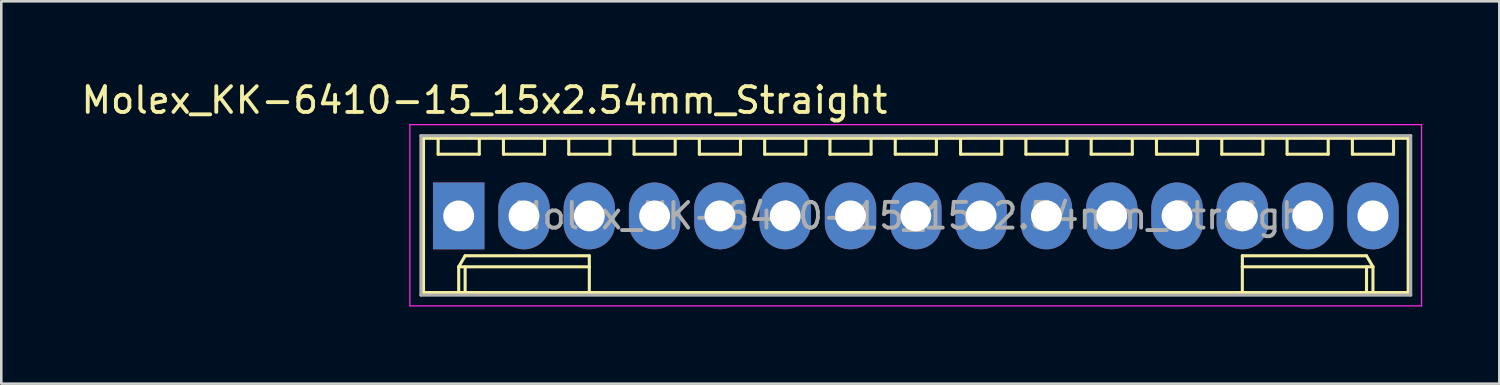
<source format=kicad_pcb>
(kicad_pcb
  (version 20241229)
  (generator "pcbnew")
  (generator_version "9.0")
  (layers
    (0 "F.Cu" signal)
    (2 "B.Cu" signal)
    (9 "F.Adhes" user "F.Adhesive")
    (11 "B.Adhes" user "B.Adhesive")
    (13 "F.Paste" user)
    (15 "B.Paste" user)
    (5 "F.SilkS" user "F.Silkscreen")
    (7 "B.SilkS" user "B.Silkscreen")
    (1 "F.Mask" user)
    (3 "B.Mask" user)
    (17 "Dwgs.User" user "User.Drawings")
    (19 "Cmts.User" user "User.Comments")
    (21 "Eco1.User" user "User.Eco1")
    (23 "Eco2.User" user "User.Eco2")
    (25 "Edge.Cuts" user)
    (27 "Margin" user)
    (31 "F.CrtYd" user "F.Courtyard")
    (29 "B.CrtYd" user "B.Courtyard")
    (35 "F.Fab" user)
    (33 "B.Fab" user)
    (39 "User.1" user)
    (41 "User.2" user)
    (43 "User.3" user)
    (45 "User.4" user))
  (footprint "Molex_KK-6410-15_15x2.54mm_Straight"
    (layer "F.Cu")
    (at 14.792 5.348)
    (property "Reference" "Molex_KK-6410-15_15x2.54mm_Straight" (at 1 -4.5 0) (layer "F.SilkS") (effects (font (size 1 1) (thickness 0.15))))
    (attr through_hole)
    (fp_line (start -1.37 -3.02) (end -1.37 2.98) (stroke (width 0.12) (type solid)) (layer "F.SilkS"))
    (fp_line (start -1.37 2.98) (end 36.93 2.98) (stroke (width 0.12) (type solid)) (layer "F.SilkS"))
    (fp_line (start -0.8 -3.02) (end -0.8 -2.4) (stroke (width 0.12) (type solid)) (layer "F.SilkS"))
    (fp_line (start -0.8 -2.4) (end 0.8 -2.4) (stroke (width 0.12) (type solid)) (layer "F.SilkS"))
    (fp_line (start 0 1.98) (end 0.25 1.55) (stroke (width 0.12) (type solid)) (layer "F.SilkS"))
    (fp_line (start 0 1.98) (end 5.08 1.98) (stroke (width 0.12) (type solid)) (layer "F.SilkS"))
    (fp_line (start 0 2.98) (end 0 1.98) (stroke (width 0.12) (type solid)) (layer "F.SilkS"))
    (fp_line (start 0.25 1.55) (end 5.08 1.55) (stroke (width 0.12) (type solid)) (layer "F.SilkS"))
    (fp_line (start 0.25 2.98) (end 0.25 1.98) (stroke (width 0.12) (type solid)) (layer "F.SilkS"))
    (fp_line (start 0.8 -2.4) (end 0.8 -3.02) (stroke (width 0.12) (type solid)) (layer "F.SilkS"))
    (fp_line (start 1.74 -3.02) (end 1.74 -2.4) (stroke (width 0.12) (type solid)) (layer "F.SilkS"))
    (fp_line (start 1.74 -2.4) (end 3.34 -2.4) (stroke (width 0.12) (type solid)) (layer "F.SilkS"))
    (fp_line (start 3.34 -2.4) (end 3.34 -3.02) (stroke (width 0.12) (type solid)) (layer "F.SilkS"))
    (fp_line (start 4.28 -3.02) (end 4.28 -2.4) (stroke (width 0.12) (type solid)) (layer "F.SilkS"))
    (fp_line (start 4.28 -2.4) (end 5.88 -2.4) (stroke (width 0.12) (type solid)) (layer "F.SilkS"))
    (fp_line (start 5.08 1.55) (end 5.08 1.98) (stroke (width 0.12) (type solid)) (layer "F.SilkS"))
    (fp_line (start 5.08 1.98) (end 5.08 2.98) (stroke (width 0.12) (type solid)) (layer "F.SilkS"))
    (fp_line (start 5.88 -2.4) (end 5.88 -3.02) (stroke (width 0.12) (type solid)) (layer "F.SilkS"))
    (fp_line (start 6.82 -3.02) (end 6.82 -2.4) (stroke (width 0.12) (type solid)) (layer "F.SilkS"))
    (fp_line (start 6.82 -2.4) (end 8.42 -2.4) (stroke (width 0.12) (type solid)) (layer "F.SilkS"))
    (fp_line (start 8.42 -2.4) (end 8.42 -3.02) (stroke (width 0.12) (type solid)) (layer "F.SilkS"))
    (fp_line (start 9.36 -3.02) (end 9.36 -2.4) (stroke (width 0.12) (type solid)) (layer "F.SilkS"))
    (fp_line (start 9.36 -2.4) (end 10.96 -2.4) (stroke (width 0.12) (type solid)) (layer "F.SilkS"))
    (fp_line (start 10.96 -2.4) (end 10.96 -3.02) (stroke (width 0.12) (type solid)) (layer "F.SilkS"))
    (fp_line (start 11.9 -3.02) (end 11.9 -2.4) (stroke (width 0.12) (type solid)) (layer "F.SilkS"))
    (fp_line (start 11.9 -2.4) (end 13.5 -2.4) (stroke (width 0.12) (type solid)) (layer "F.SilkS"))
    (fp_line (start 13.5 -2.4) (end 13.5 -3.02) (stroke (width 0.12) (type solid)) (layer "F.SilkS"))
    (fp_line (start 14.44 -3.02) (end 14.44 -2.4) (stroke (width 0.12) (type solid)) (layer "F.SilkS"))
    (fp_line (start 14.44 -2.4) (end 16.04 -2.4) (stroke (width 0.12) (type solid)) (layer "F.SilkS"))
    (fp_line (start 16.04 -2.4) (end 16.04 -3.02) (stroke (width 0.12) (type solid)) (layer "F.SilkS"))
    (fp_line (start 16.98 -3.02) (end 16.98 -2.4) (stroke (width 0.12) (type solid)) (layer "F.SilkS"))
    (fp_line (start 16.98 -2.4) (end 18.58 -2.4) (stroke (width 0.12) (type solid)) (layer "F.SilkS"))
    (fp_line (start 18.58 -2.4) (end 18.58 -3.02) (stroke (width 0.12) (type solid)) (layer "F.SilkS"))
    (fp_line (start 19.52 -3.02) (end 19.52 -2.4) (stroke (width 0.12) (type solid)) (layer "F.SilkS"))
    (fp_line (start 19.52 -2.4) (end 21.12 -2.4) (stroke (width 0.12) (type solid)) (layer "F.SilkS"))
    (fp_line (start 21.12 -2.4) (end 21.12 -3.02) (stroke (width 0.12) (type solid)) (layer "F.SilkS"))
    (fp_line (start 22.06 -3.02) (end 22.06 -2.4) (stroke (width 0.12) (type solid)) (layer "F.SilkS"))
    (fp_line (start 22.06 -2.4) (end 23.66 -2.4) (stroke (width 0.12) (type solid)) (layer "F.SilkS"))
    (fp_line (start 23.66 -2.4) (end 23.66 -3.02) (stroke (width 0.12) (type solid)) (layer "F.SilkS"))
    (fp_line (start 24.6 -3.02) (end 24.6 -2.4) (stroke (width 0.12) (type solid)) (layer "F.SilkS"))
    (fp_line (start 24.6 -2.4) (end 26.2 -2.4) (stroke (width 0.12) (type solid)) (layer "F.SilkS"))
    (fp_line (start 26.2 -2.4) (end 26.2 -3.02) (stroke (width 0.12) (type solid)) (layer "F.SilkS"))
    (fp_line (start 27.14 -3.02) (end 27.14 -2.4) (stroke (width 0.12) (type solid)) (layer "F.SilkS"))
    (fp_line (start 27.14 -2.4) (end 28.74 -2.4) (stroke (width 0.12) (type solid)) (layer "F.SilkS"))
    (fp_line (start 28.74 -2.4) (end 28.74 -3.02) (stroke (width 0.12) (type solid)) (layer "F.SilkS"))
    (fp_line (start 29.68 -3.02) (end 29.68 -2.4) (stroke (width 0.12) (type solid)) (layer "F.SilkS"))
    (fp_line (start 29.68 -2.4) (end 31.28 -2.4) (stroke (width 0.12) (type solid)) (layer "F.SilkS"))
    (fp_line (start 30.48 1.55) (end 30.48 1.98) (stroke (width 0.12) (type solid)) (layer "F.SilkS"))
    (fp_line (start 30.48 1.98) (end 30.48 2.98) (stroke (width 0.12) (type solid)) (layer "F.SilkS"))
    (fp_line (start 31.28 -2.4) (end 31.28 -3.02) (stroke (width 0.12) (type solid)) (layer "F.SilkS"))
    (fp_line (start 32.22 -3.02) (end 32.22 -2.4) (stroke (width 0.12) (type solid)) (layer "F.SilkS"))
    (fp_line (start 32.22 -2.4) (end 33.82 -2.4) (stroke (width 0.12) (type solid)) (layer "F.SilkS"))
    (fp_line (start 33.82 -2.4) (end 33.82 -3.02) (stroke (width 0.12) (type solid)) (layer "F.SilkS"))
    (fp_line (start 34.76 -3.02) (end 34.76 -2.4) (stroke (width 0.12) (type solid)) (layer "F.SilkS"))
    (fp_line (start 34.76 -2.4) (end 36.36 -2.4) (stroke (width 0.12) (type solid)) (layer "F.SilkS"))
    (fp_line (start 35.31 1.55) (end 30.48 1.55) (stroke (width 0.12) (type solid)) (layer "F.SilkS"))
    (fp_line (start 35.31 2.98) (end 35.31 1.98) (stroke (width 0.12) (type solid)) (layer "F.SilkS"))
    (fp_line (start 35.56 1.98) (end 30.48 1.98) (stroke (width 0.12) (type solid)) (layer "F.SilkS"))
    (fp_line (start 35.56 1.98) (end 35.31 1.55) (stroke (width 0.12) (type solid)) (layer "F.SilkS"))
    (fp_line (start 35.56 2.98) (end 35.56 1.98) (stroke (width 0.12) (type solid)) (layer "F.SilkS"))
    (fp_line (start 36.36 -2.4) (end 36.36 -3.02) (stroke (width 0.12) (type solid)) (layer "F.SilkS"))
    (fp_line (start 36.93 -3.02) (end -1.37 -3.02) (stroke (width 0.12) (type solid)) (layer "F.SilkS"))
    (fp_line (start 36.93 2.98) (end 36.93 -3.02) (stroke (width 0.12) (type solid)) (layer "F.SilkS"))
    (fp_line (start -1.9 -3.55) (end 37.45 -3.55) (stroke (width 0.05) (type solid)) (layer "F.CrtYd"))
    (fp_line (start -1.9 3.5) (end -1.9 -3.55) (stroke (width 0.05) (type solid)) (layer "F.CrtYd"))
    (fp_line (start 37.45 -3.55) (end 37.45 3.5) (stroke (width 0.05) (type solid)) (layer "F.CrtYd"))
    (fp_line (start 37.45 3.5) (end -1.9 3.5) (stroke (width 0.05) (type solid)) (layer "F.CrtYd"))
    (fp_line (start -1.47 -3.12) (end -1.47 3.08) (stroke (width 0.12) (type solid)) (layer "F.Fab"))
    (fp_line (start -1.47 3.08) (end 37.03 3.08) (stroke (width 0.12) (type solid)) (layer "F.Fab"))
    (fp_line (start 37.03 -3.12) (end -1.47 -3.12) (stroke (width 0.12) (type solid)) (layer "F.Fab"))
    (fp_line (start 37.03 3.08) (end 37.03 -3.12) (stroke (width 0.12) (type solid)) (layer "F.Fab"))
    (fp_text user "${REFERENCE}" (at 17.78 0 0) (layer "F.Fab") (effects (font (size 1 1) (thickness 0.15))))
    (pad "1" thru_hole rect (at 0 0) (size 2 2.6) (drill 1.2) (layers "*.Cu" "*.Mask"))
    (pad "2" thru_hole oval (at 2.54 0) (size 2 2.6) (drill 1.2) (layers "*.Cu" "*.Mask"))
    (pad "3" thru_hole oval (at 5.08 0) (size 2 2.6) (drill 1.2) (layers "*.Cu" "*.Mask"))
    (pad "4" thru_hole oval (at 7.62 0) (size 2 2.6) (drill 1.2) (layers "*.Cu" "*.Mask"))
    (pad "5" thru_hole oval (at 10.16 0) (size 2 2.6) (drill 1.2) (layers "*.Cu" "*.Mask"))
    (pad "6" thru_hole oval (at 12.7 0) (size 2 2.6) (drill 1.2) (layers "*.Cu" "*.Mask"))
    (pad "7" thru_hole oval (at 15.24 0) (size 2 2.6) (drill 1.2) (layers "*.Cu" "*.Mask"))
    (pad "8" thru_hole oval (at 17.78 0) (size 2 2.6) (drill 1.2) (layers "*.Cu" "*.Mask"))
    (pad "9" thru_hole oval (at 20.32 0) (size 2 2.6) (drill 1.2) (layers "*.Cu" "*.Mask"))
    (pad "10" thru_hole oval (at 22.86 0) (size 2 2.6) (drill 1.2) (layers "*.Cu" "*.Mask"))
    (pad "11" thru_hole oval (at 25.4 0) (size 2 2.6) (drill 1.2) (layers "*.Cu" "*.Mask"))
    (pad "12" thru_hole oval (at 27.94 0) (size 2 2.6) (drill 1.2) (layers "*.Cu" "*.Mask"))
    (pad "13" thru_hole oval (at 30.48 0) (size 2 2.6) (drill 1.2) (layers "*.Cu" "*.Mask"))
    (pad "14" thru_hole oval (at 33.02 0) (size 2 2.6) (drill 1.2) (layers "*.Cu" "*.Mask"))
    (pad "15" thru_hole oval (at 35.56 0) (size 2 2.6) (drill 1.2) (layers "*.Cu" "*.Mask")))
  (gr_rect
    (start -3 -3)
    (end 55.267 11.873)
    (stroke (width 0.1) (type default))
    (fill no)
    (layer "Edge.Cuts")))
</source>
